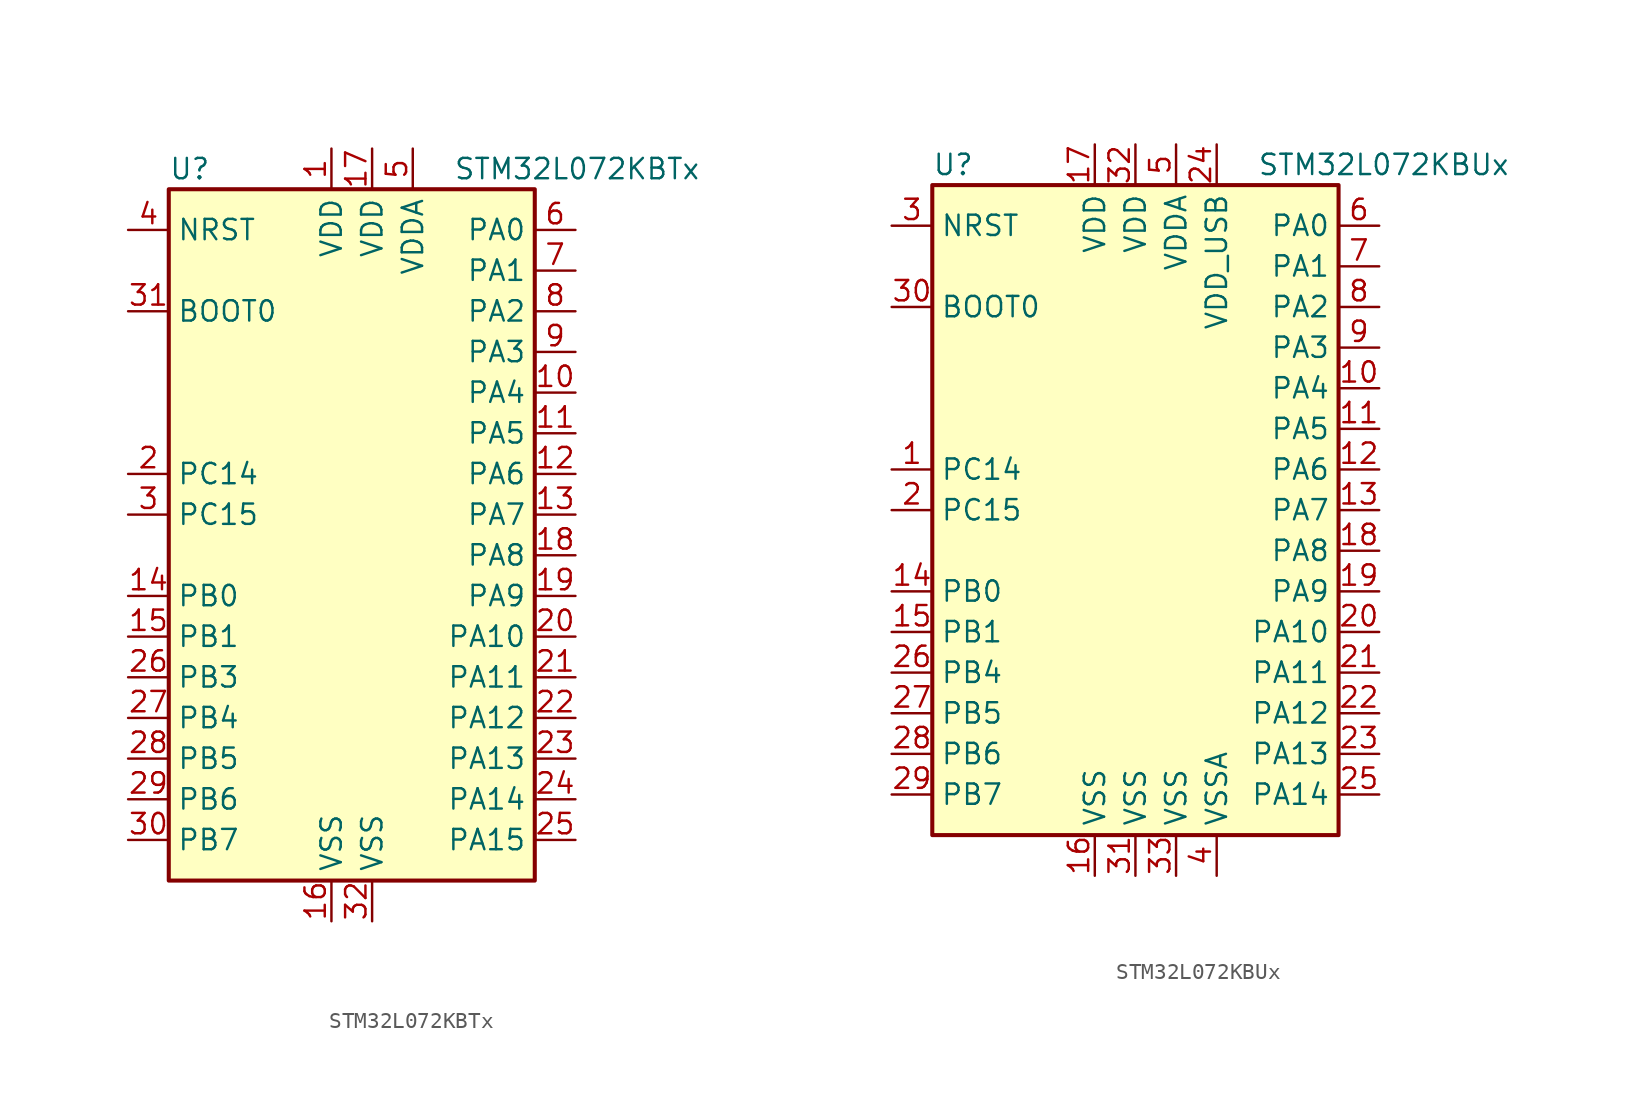
<source format=kicad_sym>
(kicad_symbol_lib
  (version 20201005)
  (generator kicad_symbol_editor)
  (symbol "STM32L072KBTx"
    (property "Reference" "U"
      (at -12.7 21.59 0)
      (effects (font (size 1.27 1.27)) (justify left)))
    (property "Value" "STM32L072KBTx"
      (at 5.08 21.59 0)
      (effects (font (size 1.27 1.27)) (justify left)))
    (symbol "STM32L072KBTx_0_1"
      (rectangle (start -12.7 -22.86) (end 10.16 20.32) (stroke (width 0.254)) (fill (type background))))
    (symbol "STM32L072KBTx_1_1"
      (pin input line (at -15.24 12.7 0) (length 2.54) (name "BOOT0" (effects (font (size 1.27 1.27)))) (number "31" (effects (font (size 1.27 1.27)))))
      (pin input line (at -15.24 17.78 0) (length 2.54) (name "NRST" (effects (font (size 1.27 1.27)))) (number "4" (effects (font (size 1.27 1.27)))))
      (pin bidirectional line (at 12.7 17.78 180) (length 2.54) (name "PA0" (effects (font (size 1.27 1.27)))) (number "6" (effects (font (size 1.27 1.27)))))
      (pin bidirectional line (at 12.7 15.24 180) (length 2.54) (name "PA1" (effects (font (size 1.27 1.27)))) (number "7" (effects (font (size 1.27 1.27)))))
      (pin bidirectional line (at 12.7 -7.62 180) (length 2.54) (name "PA10" (effects (font (size 1.27 1.27)))) (number "20" (effects (font (size 1.27 1.27)))))
      (pin bidirectional line (at 12.7 -10.16 180) (length 2.54) (name "PA11" (effects (font (size 1.27 1.27)))) (number "21" (effects (font (size 1.27 1.27)))))
      (pin bidirectional line (at 12.7 -12.7 180) (length 2.54) (name "PA12" (effects (font (size 1.27 1.27)))) (number "22" (effects (font (size 1.27 1.27)))))
      (pin bidirectional line (at 12.7 -15.24 180) (length 2.54) (name "PA13" (effects (font (size 1.27 1.27)))) (number "23" (effects (font (size 1.27 1.27)))))
      (pin bidirectional line (at 12.7 -17.78 180) (length 2.54) (name "PA14" (effects (font (size 1.27 1.27)))) (number "24" (effects (font (size 1.27 1.27)))))
      (pin bidirectional line (at 12.7 -20.32 180) (length 2.54) (name "PA15" (effects (font (size 1.27 1.27)))) (number "25" (effects (font (size 1.27 1.27)))))
      (pin bidirectional line (at 12.7 12.7 180) (length 2.54) (name "PA2" (effects (font (size 1.27 1.27)))) (number "8" (effects (font (size 1.27 1.27)))))
      (pin bidirectional line (at 12.7 10.16 180) (length 2.54) (name "PA3" (effects (font (size 1.27 1.27)))) (number "9" (effects (font (size 1.27 1.27)))))
      (pin bidirectional line (at 12.7 7.62 180) (length 2.54) (name "PA4" (effects (font (size 1.27 1.27)))) (number "10" (effects (font (size 1.27 1.27)))))
      (pin bidirectional line (at 12.7 5.08 180) (length 2.54) (name "PA5" (effects (font (size 1.27 1.27)))) (number "11" (effects (font (size 1.27 1.27)))))
      (pin bidirectional line (at 12.7 2.54 180) (length 2.54) (name "PA6" (effects (font (size 1.27 1.27)))) (number "12" (effects (font (size 1.27 1.27)))))
      (pin bidirectional line (at 12.7 0 180) (length 2.54) (name "PA7" (effects (font (size 1.27 1.27)))) (number "13" (effects (font (size 1.27 1.27)))))
      (pin bidirectional line (at 12.7 -2.54 180) (length 2.54) (name "PA8" (effects (font (size 1.27 1.27)))) (number "18" (effects (font (size 1.27 1.27)))))
      (pin bidirectional line (at 12.7 -5.08 180) (length 2.54) (name "PA9" (effects (font (size 1.27 1.27)))) (number "19" (effects (font (size 1.27 1.27)))))
      (pin bidirectional line (at -15.24 -5.08 0) (length 2.54) (name "PB0" (effects (font (size 1.27 1.27)))) (number "14" (effects (font (size 1.27 1.27)))))
      (pin bidirectional line (at -15.24 -7.62 0) (length 2.54) (name "PB1" (effects (font (size 1.27 1.27)))) (number "15" (effects (font (size 1.27 1.27)))))
      (pin bidirectional line (at -15.24 -10.16 0) (length 2.54) (name "PB3" (effects (font (size 1.27 1.27)))) (number "26" (effects (font (size 1.27 1.27)))))
      (pin bidirectional line (at -15.24 -12.7 0) (length 2.54) (name "PB4" (effects (font (size 1.27 1.27)))) (number "27" (effects (font (size 1.27 1.27)))))
      (pin bidirectional line (at -15.24 -15.24 0) (length 2.54) (name "PB5" (effects (font (size 1.27 1.27)))) (number "28" (effects (font (size 1.27 1.27)))))
      (pin bidirectional line (at -15.24 -17.78 0) (length 2.54) (name "PB6" (effects (font (size 1.27 1.27)))) (number "29" (effects (font (size 1.27 1.27)))))
      (pin bidirectional line (at -15.24 -20.32 0) (length 2.54) (name "PB7" (effects (font (size 1.27 1.27)))) (number "30" (effects (font (size 1.27 1.27)))))
      (pin bidirectional line (at -15.24 2.54 0) (length 2.54) (name "PC14" (effects (font (size 1.27 1.27)))) (number "2" (effects (font (size 1.27 1.27)))))
      (pin bidirectional line (at -15.24 0 0) (length 2.54) (name "PC15" (effects (font (size 1.27 1.27)))) (number "3" (effects (font (size 1.27 1.27)))))
      (pin power_in line (at -2.54 22.86 270) (length 2.54) (name "VDD" (effects (font (size 1.27 1.27)))) (number "1" (effects (font (size 1.27 1.27)))))
      (pin power_in line (at 0 22.86 270) (length 2.54) (name "VDD" (effects (font (size 1.27 1.27)))) (number "17" (effects (font (size 1.27 1.27)))))
      (pin power_in line (at 2.54 22.86 270) (length 2.54) (name "VDDA" (effects (font (size 1.27 1.27)))) (number "5" (effects (font (size 1.27 1.27)))))
      (pin power_in line (at -2.54 -25.4 90) (length 2.54) (name "VSS" (effects (font (size 1.27 1.27)))) (number "16" (effects (font (size 1.27 1.27)))))
      (pin power_in line (at 0 -25.4 90) (length 2.54) (name "VSS" (effects (font (size 1.27 1.27)))) (number "32" (effects (font (size 1.27 1.27)))))))
  (symbol "STM32L072KBUx"
    (property "Reference" "U"
      (at -12.7 21.59 0)
      (effects (font (size 1.27 1.27)) (justify left)))
    (property "Value" "STM32L072KBUx"
      (at 7.62 21.59 0)
      (effects (font (size 1.27 1.27)) (justify left)))
    (symbol "STM32L072KBUx_0_1"
      (rectangle (start -12.7 -20.32) (end 12.7 20.32) (stroke (width 0.254)) (fill (type background))))
    (symbol "STM32L072KBUx_1_1"
      (pin input line (at -15.24 12.7 0) (length 2.54) (name "BOOT0" (effects (font (size 1.27 1.27)))) (number "30" (effects (font (size 1.27 1.27)))))
      (pin input line (at -15.24 17.78 0) (length 2.54) (name "NRST" (effects (font (size 1.27 1.27)))) (number "3" (effects (font (size 1.27 1.27)))))
      (pin bidirectional line (at 15.24 17.78 180) (length 2.54) (name "PA0" (effects (font (size 1.27 1.27)))) (number "6" (effects (font (size 1.27 1.27)))))
      (pin bidirectional line (at 15.24 15.24 180) (length 2.54) (name "PA1" (effects (font (size 1.27 1.27)))) (number "7" (effects (font (size 1.27 1.27)))))
      (pin bidirectional line (at 15.24 -7.62 180) (length 2.54) (name "PA10" (effects (font (size 1.27 1.27)))) (number "20" (effects (font (size 1.27 1.27)))))
      (pin bidirectional line (at 15.24 -10.16 180) (length 2.54) (name "PA11" (effects (font (size 1.27 1.27)))) (number "21" (effects (font (size 1.27 1.27)))))
      (pin bidirectional line (at 15.24 -12.7 180) (length 2.54) (name "PA12" (effects (font (size 1.27 1.27)))) (number "22" (effects (font (size 1.27 1.27)))))
      (pin bidirectional line (at 15.24 -15.24 180) (length 2.54) (name "PA13" (effects (font (size 1.27 1.27)))) (number "23" (effects (font (size 1.27 1.27)))))
      (pin bidirectional line (at 15.24 -17.78 180) (length 2.54) (name "PA14" (effects (font (size 1.27 1.27)))) (number "25" (effects (font (size 1.27 1.27)))))
      (pin bidirectional line (at 15.24 12.7 180) (length 2.54) (name "PA2" (effects (font (size 1.27 1.27)))) (number "8" (effects (font (size 1.27 1.27)))))
      (pin bidirectional line (at 15.24 10.16 180) (length 2.54) (name "PA3" (effects (font (size 1.27 1.27)))) (number "9" (effects (font (size 1.27 1.27)))))
      (pin bidirectional line (at 15.24 7.62 180) (length 2.54) (name "PA4" (effects (font (size 1.27 1.27)))) (number "10" (effects (font (size 1.27 1.27)))))
      (pin bidirectional line (at 15.24 5.08 180) (length 2.54) (name "PA5" (effects (font (size 1.27 1.27)))) (number "11" (effects (font (size 1.27 1.27)))))
      (pin bidirectional line (at 15.24 2.54 180) (length 2.54) (name "PA6" (effects (font (size 1.27 1.27)))) (number "12" (effects (font (size 1.27 1.27)))))
      (pin bidirectional line (at 15.24 0 180) (length 2.54) (name "PA7" (effects (font (size 1.27 1.27)))) (number "13" (effects (font (size 1.27 1.27)))))
      (pin bidirectional line (at 15.24 -2.54 180) (length 2.54) (name "PA8" (effects (font (size 1.27 1.27)))) (number "18" (effects (font (size 1.27 1.27)))))
      (pin bidirectional line (at 15.24 -5.08 180) (length 2.54) (name "PA9" (effects (font (size 1.27 1.27)))) (number "19" (effects (font (size 1.27 1.27)))))
      (pin bidirectional line (at -15.24 -5.08 0) (length 2.54) (name "PB0" (effects (font (size 1.27 1.27)))) (number "14" (effects (font (size 1.27 1.27)))))
      (pin bidirectional line (at -15.24 -7.62 0) (length 2.54) (name "PB1" (effects (font (size 1.27 1.27)))) (number "15" (effects (font (size 1.27 1.27)))))
      (pin bidirectional line (at -15.24 -10.16 0) (length 2.54) (name "PB4" (effects (font (size 1.27 1.27)))) (number "26" (effects (font (size 1.27 1.27)))))
      (pin bidirectional line (at -15.24 -12.7 0) (length 2.54) (name "PB5" (effects (font (size 1.27 1.27)))) (number "27" (effects (font (size 1.27 1.27)))))
      (pin bidirectional line (at -15.24 -15.24 0) (length 2.54) (name "PB6" (effects (font (size 1.27 1.27)))) (number "28" (effects (font (size 1.27 1.27)))))
      (pin bidirectional line (at -15.24 -17.78 0) (length 2.54) (name "PB7" (effects (font (size 1.27 1.27)))) (number "29" (effects (font (size 1.27 1.27)))))
      (pin bidirectional line (at -15.24 2.54 0) (length 2.54) (name "PC14" (effects (font (size 1.27 1.27)))) (number "1" (effects (font (size 1.27 1.27)))))
      (pin bidirectional line (at -15.24 0 0) (length 2.54) (name "PC15" (effects (font (size 1.27 1.27)))) (number "2" (effects (font (size 1.27 1.27)))))
      (pin power_in line (at -2.54 22.86 270) (length 2.54) (name "VDD" (effects (font (size 1.27 1.27)))) (number "17" (effects (font (size 1.27 1.27)))))
      (pin power_in line (at 0 22.86 270) (length 2.54) (name "VDD" (effects (font (size 1.27 1.27)))) (number "32" (effects (font (size 1.27 1.27)))))
      (pin power_in line (at 2.54 22.86 270) (length 2.54) (name "VDDA" (effects (font (size 1.27 1.27)))) (number "5" (effects (font (size 1.27 1.27)))))
      (pin power_in line (at 5.08 22.86 270) (length 2.54) (name "VDD_USB" (effects (font (size 1.27 1.27)))) (number "24" (effects (font (size 1.27 1.27)))))
      (pin power_in line (at -2.54 -22.86 90) (length 2.54) (name "VSS" (effects (font (size 1.27 1.27)))) (number "16" (effects (font (size 1.27 1.27)))))
      (pin power_in line (at 0 -22.86 90) (length 2.54) (name "VSS" (effects (font (size 1.27 1.27)))) (number "31" (effects (font (size 1.27 1.27)))))
      (pin power_in line (at 2.54 -22.86 90) (length 2.54) (name "VSS" (effects (font (size 1.27 1.27)))) (number "33" (effects (font (size 1.27 1.27)))))
      (pin power_in line (at 5.08 -22.86 90) (length 2.54) (name "VSSA" (effects (font (size 1.27 1.27)))) (number "4" (effects (font (size 1.27 1.27))))))))
</source>
